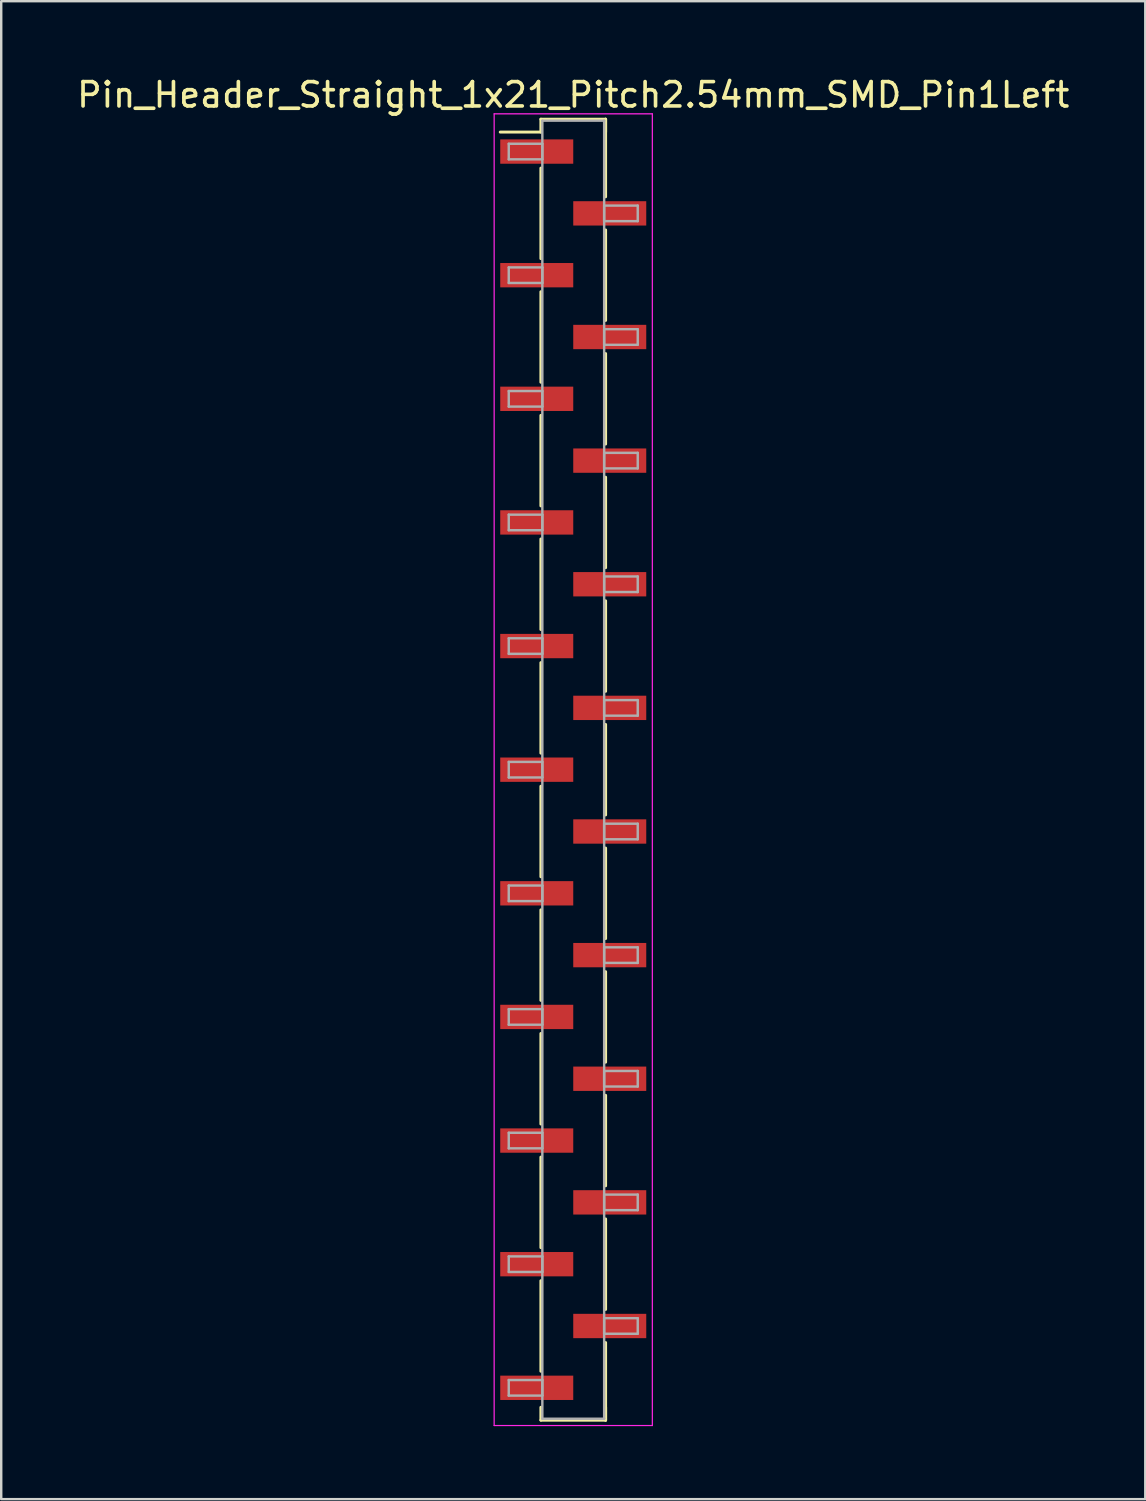
<source format=kicad_pcb>
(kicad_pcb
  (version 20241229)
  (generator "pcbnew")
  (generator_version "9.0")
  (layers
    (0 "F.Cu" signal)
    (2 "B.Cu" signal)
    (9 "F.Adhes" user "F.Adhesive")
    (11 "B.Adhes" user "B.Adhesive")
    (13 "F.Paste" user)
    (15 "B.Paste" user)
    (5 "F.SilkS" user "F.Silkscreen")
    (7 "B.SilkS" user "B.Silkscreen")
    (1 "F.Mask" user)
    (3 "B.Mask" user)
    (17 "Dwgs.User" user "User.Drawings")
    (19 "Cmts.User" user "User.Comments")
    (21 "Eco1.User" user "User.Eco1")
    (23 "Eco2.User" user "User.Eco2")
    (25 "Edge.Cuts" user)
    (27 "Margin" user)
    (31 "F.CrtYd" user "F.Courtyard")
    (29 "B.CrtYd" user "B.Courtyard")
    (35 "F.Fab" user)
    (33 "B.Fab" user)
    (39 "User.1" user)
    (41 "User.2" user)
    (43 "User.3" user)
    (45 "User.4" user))
  (footprint "Pin_Header_Straight_1x21_Pitch2.54mm_SMD_Pin1Left"
    (layer "F.Cu")
    (at 20.506 28.578)
    (property "Reference" "Pin_Header_Straight_1x21_Pitch2.54mm_SMD_Pin1Left" (at 0 -27.73 0) (layer "F.SilkS") (effects (font (size 1 1) (thickness 0.15))))
    (attr smd)
    (fp_line (start -1.33 -26.73) (end 1.33 -26.73) (stroke (width 0.12) (type solid)) (layer "F.SilkS"))
    (fp_line (start -1.33 -26.2) (end -3 -26.2) (stroke (width 0.12) (type solid)) (layer "F.SilkS"))
    (fp_line (start -1.33 -26.2) (end -1.33 -26.73) (stroke (width 0.12) (type solid)) (layer "F.SilkS"))
    (fp_line (start -1.33 -24.72) (end -1.33 -21) (stroke (width 0.12) (type solid)) (layer "F.SilkS"))
    (fp_line (start -1.33 -19.64) (end -1.33 -15.92) (stroke (width 0.12) (type solid)) (layer "F.SilkS"))
    (fp_line (start -1.33 -14.56) (end -1.33 -10.84) (stroke (width 0.12) (type solid)) (layer "F.SilkS"))
    (fp_line (start -1.33 -9.48) (end -1.33 -5.76) (stroke (width 0.12) (type solid)) (layer "F.SilkS"))
    (fp_line (start -1.33 -4.4) (end -1.33 -0.68) (stroke (width 0.12) (type solid)) (layer "F.SilkS"))
    (fp_line (start -1.33 0.68) (end -1.33 4.4) (stroke (width 0.12) (type solid)) (layer "F.SilkS"))
    (fp_line (start -1.33 5.76) (end -1.33 9.48) (stroke (width 0.12) (type solid)) (layer "F.SilkS"))
    (fp_line (start -1.33 10.84) (end -1.33 14.56) (stroke (width 0.12) (type solid)) (layer "F.SilkS"))
    (fp_line (start -1.33 15.92) (end -1.33 19.64) (stroke (width 0.12) (type solid)) (layer "F.SilkS"))
    (fp_line (start -1.33 21) (end -1.33 24.72) (stroke (width 0.12) (type solid)) (layer "F.SilkS"))
    (fp_line (start -1.33 26.2) (end -1.33 26.73) (stroke (width 0.12) (type solid)) (layer "F.SilkS"))
    (fp_line (start -1.33 26.73) (end 1.33 26.73) (stroke (width 0.12) (type solid)) (layer "F.SilkS"))
    (fp_line (start 1.33 -26.73) (end 1.33 -26.2) (stroke (width 0.12) (type solid)) (layer "F.SilkS"))
    (fp_line (start 1.33 -26.73) (end 1.33 -23.54) (stroke (width 0.12) (type solid)) (layer "F.SilkS"))
    (fp_line (start 1.33 -22.18) (end 1.33 -18.46) (stroke (width 0.12) (type solid)) (layer "F.SilkS"))
    (fp_line (start 1.33 -17.1) (end 1.33 -13.38) (stroke (width 0.12) (type solid)) (layer "F.SilkS"))
    (fp_line (start 1.33 -12.02) (end 1.33 -8.3) (stroke (width 0.12) (type solid)) (layer "F.SilkS"))
    (fp_line (start 1.33 -6.94) (end 1.33 -3.22) (stroke (width 0.12) (type solid)) (layer "F.SilkS"))
    (fp_line (start 1.33 -1.86) (end 1.33 1.86) (stroke (width 0.12) (type solid)) (layer "F.SilkS"))
    (fp_line (start 1.33 3.22) (end 1.33 6.94) (stroke (width 0.12) (type solid)) (layer "F.SilkS"))
    (fp_line (start 1.33 8.3) (end 1.33 12.02) (stroke (width 0.12) (type solid)) (layer "F.SilkS"))
    (fp_line (start 1.33 13.38) (end 1.33 17.1) (stroke (width 0.12) (type solid)) (layer "F.SilkS"))
    (fp_line (start 1.33 18.46) (end 1.33 22.18) (stroke (width 0.12) (type solid)) (layer "F.SilkS"))
    (fp_line (start 1.33 23.54) (end 1.33 26.73) (stroke (width 0.12) (type solid)) (layer "F.SilkS"))
    (fp_line (start 1.33 26.73) (end 1.33 26.2) (stroke (width 0.12) (type solid)) (layer "F.SilkS"))
    (fp_line (start -3.25 -26.95) (end -3.25 26.95) (stroke (width 0.05) (type solid)) (layer "F.CrtYd"))
    (fp_line (start -3.25 26.95) (end 3.25 26.95) (stroke (width 0.05) (type solid)) (layer "F.CrtYd"))
    (fp_line (start 3.25 -26.95) (end -3.25 -26.95) (stroke (width 0.05) (type solid)) (layer "F.CrtYd"))
    (fp_line (start 3.25 26.95) (end 3.25 -26.95) (stroke (width 0.05) (type solid)) (layer "F.CrtYd"))
    (fp_line (start -2.65 -25.72) (end -1.27 -25.72) (stroke (width 0.1) (type solid)) (layer "F.Fab"))
    (fp_line (start -2.65 -25.08) (end -2.65 -25.72) (stroke (width 0.1) (type solid)) (layer "F.Fab"))
    (fp_line (start -2.65 -20.64) (end -1.27 -20.64) (stroke (width 0.1) (type solid)) (layer "F.Fab"))
    (fp_line (start -2.65 -20) (end -2.65 -20.64) (stroke (width 0.1) (type solid)) (layer "F.Fab"))
    (fp_line (start -2.65 -15.56) (end -1.27 -15.56) (stroke (width 0.1) (type solid)) (layer "F.Fab"))
    (fp_line (start -2.65 -14.92) (end -2.65 -15.56) (stroke (width 0.1) (type solid)) (layer "F.Fab"))
    (fp_line (start -2.65 -10.48) (end -1.27 -10.48) (stroke (width 0.1) (type solid)) (layer "F.Fab"))
    (fp_line (start -2.65 -9.84) (end -2.65 -10.48) (stroke (width 0.1) (type solid)) (layer "F.Fab"))
    (fp_line (start -2.65 -5.4) (end -1.27 -5.4) (stroke (width 0.1) (type solid)) (layer "F.Fab"))
    (fp_line (start -2.65 -4.76) (end -2.65 -5.4) (stroke (width 0.1) (type solid)) (layer "F.Fab"))
    (fp_line (start -2.65 -0.32) (end -1.27 -0.32) (stroke (width 0.1) (type solid)) (layer "F.Fab"))
    (fp_line (start -2.65 0.32) (end -2.65 -0.32) (stroke (width 0.1) (type solid)) (layer "F.Fab"))
    (fp_line (start -2.65 4.76) (end -1.27 4.76) (stroke (width 0.1) (type solid)) (layer "F.Fab"))
    (fp_line (start -2.65 5.4) (end -2.65 4.76) (stroke (width 0.1) (type solid)) (layer "F.Fab"))
    (fp_line (start -2.65 9.84) (end -1.27 9.84) (stroke (width 0.1) (type solid)) (layer "F.Fab"))
    (fp_line (start -2.65 10.48) (end -2.65 9.84) (stroke (width 0.1) (type solid)) (layer "F.Fab"))
    (fp_line (start -2.65 14.92) (end -1.27 14.92) (stroke (width 0.1) (type solid)) (layer "F.Fab"))
    (fp_line (start -2.65 15.56) (end -2.65 14.92) (stroke (width 0.1) (type solid)) (layer "F.Fab"))
    (fp_line (start -2.65 20) (end -1.27 20) (stroke (width 0.1) (type solid)) (layer "F.Fab"))
    (fp_line (start -2.65 20.64) (end -2.65 20) (stroke (width 0.1) (type solid)) (layer "F.Fab"))
    (fp_line (start -2.65 25.08) (end -1.27 25.08) (stroke (width 0.1) (type solid)) (layer "F.Fab"))
    (fp_line (start -2.65 25.72) (end -2.65 25.08) (stroke (width 0.1) (type solid)) (layer "F.Fab"))
    (fp_line (start -1.27 -26.67) (end -1.27 26.67) (stroke (width 0.1) (type solid)) (layer "F.Fab"))
    (fp_line (start -1.27 -25.72) (end -1.27 -25.08) (stroke (width 0.1) (type solid)) (layer "F.Fab"))
    (fp_line (start -1.27 -25.08) (end -2.65 -25.08) (stroke (width 0.1) (type solid)) (layer "F.Fab"))
    (fp_line (start -1.27 -20.64) (end -1.27 -20) (stroke (width 0.1) (type solid)) (layer "F.Fab"))
    (fp_line (start -1.27 -20) (end -2.65 -20) (stroke (width 0.1) (type solid)) (layer "F.Fab"))
    (fp_line (start -1.27 -15.56) (end -1.27 -14.92) (stroke (width 0.1) (type solid)) (layer "F.Fab"))
    (fp_line (start -1.27 -14.92) (end -2.65 -14.92) (stroke (width 0.1) (type solid)) (layer "F.Fab"))
    (fp_line (start -1.27 -10.48) (end -1.27 -9.84) (stroke (width 0.1) (type solid)) (layer "F.Fab"))
    (fp_line (start -1.27 -9.84) (end -2.65 -9.84) (stroke (width 0.1) (type solid)) (layer "F.Fab"))
    (fp_line (start -1.27 -5.4) (end -1.27 -4.76) (stroke (width 0.1) (type solid)) (layer "F.Fab"))
    (fp_line (start -1.27 -4.76) (end -2.65 -4.76) (stroke (width 0.1) (type solid)) (layer "F.Fab"))
    (fp_line (start -1.27 -0.32) (end -1.27 0.32) (stroke (width 0.1) (type solid)) (layer "F.Fab"))
    (fp_line (start -1.27 0.32) (end -2.65 0.32) (stroke (width 0.1) (type solid)) (layer "F.Fab"))
    (fp_line (start -1.27 4.76) (end -1.27 5.4) (stroke (width 0.1) (type solid)) (layer "F.Fab"))
    (fp_line (start -1.27 5.4) (end -2.65 5.4) (stroke (width 0.1) (type solid)) (layer "F.Fab"))
    (fp_line (start -1.27 9.84) (end -1.27 10.48) (stroke (width 0.1) (type solid)) (layer "F.Fab"))
    (fp_line (start -1.27 10.48) (end -2.65 10.48) (stroke (width 0.1) (type solid)) (layer "F.Fab"))
    (fp_line (start -1.27 14.92) (end -1.27 15.56) (stroke (width 0.1) (type solid)) (layer "F.Fab"))
    (fp_line (start -1.27 15.56) (end -2.65 15.56) (stroke (width 0.1) (type solid)) (layer "F.Fab"))
    (fp_line (start -1.27 20) (end -1.27 20.64) (stroke (width 0.1) (type solid)) (layer "F.Fab"))
    (fp_line (start -1.27 20.64) (end -2.65 20.64) (stroke (width 0.1) (type solid)) (layer "F.Fab"))
    (fp_line (start -1.27 25.08) (end -1.27 25.72) (stroke (width 0.1) (type solid)) (layer "F.Fab"))
    (fp_line (start -1.27 25.72) (end -2.65 25.72) (stroke (width 0.1) (type solid)) (layer "F.Fab"))
    (fp_line (start -1.27 26.67) (end 1.27 26.67) (stroke (width 0.1) (type solid)) (layer "F.Fab"))
    (fp_line (start 1.27 -26.67) (end -1.27 -26.67) (stroke (width 0.1) (type solid)) (layer "F.Fab"))
    (fp_line (start 1.27 -23.18) (end 1.27 -22.54) (stroke (width 0.1) (type solid)) (layer "F.Fab"))
    (fp_line (start 1.27 -22.54) (end 2.65 -22.54) (stroke (width 0.1) (type solid)) (layer "F.Fab"))
    (fp_line (start 1.27 -18.1) (end 1.27 -17.46) (stroke (width 0.1) (type solid)) (layer "F.Fab"))
    (fp_line (start 1.27 -17.46) (end 2.65 -17.46) (stroke (width 0.1) (type solid)) (layer "F.Fab"))
    (fp_line (start 1.27 -13.02) (end 1.27 -12.38) (stroke (width 0.1) (type solid)) (layer "F.Fab"))
    (fp_line (start 1.27 -12.38) (end 2.65 -12.38) (stroke (width 0.1) (type solid)) (layer "F.Fab"))
    (fp_line (start 1.27 -7.94) (end 1.27 -7.3) (stroke (width 0.1) (type solid)) (layer "F.Fab"))
    (fp_line (start 1.27 -7.3) (end 2.65 -7.3) (stroke (width 0.1) (type solid)) (layer "F.Fab"))
    (fp_line (start 1.27 -2.86) (end 1.27 -2.22) (stroke (width 0.1) (type solid)) (layer "F.Fab"))
    (fp_line (start 1.27 -2.22) (end 2.65 -2.22) (stroke (width 0.1) (type solid)) (layer "F.Fab"))
    (fp_line (start 1.27 2.22) (end 1.27 2.86) (stroke (width 0.1) (type solid)) (layer "F.Fab"))
    (fp_line (start 1.27 2.86) (end 2.65 2.86) (stroke (width 0.1) (type solid)) (layer "F.Fab"))
    (fp_line (start 1.27 7.3) (end 1.27 7.94) (stroke (width 0.1) (type solid)) (layer "F.Fab"))
    (fp_line (start 1.27 7.94) (end 2.65 7.94) (stroke (width 0.1) (type solid)) (layer "F.Fab"))
    (fp_line (start 1.27 12.38) (end 1.27 13.02) (stroke (width 0.1) (type solid)) (layer "F.Fab"))
    (fp_line (start 1.27 13.02) (end 2.65 13.02) (stroke (width 0.1) (type solid)) (layer "F.Fab"))
    (fp_line (start 1.27 17.46) (end 1.27 18.1) (stroke (width 0.1) (type solid)) (layer "F.Fab"))
    (fp_line (start 1.27 18.1) (end 2.65 18.1) (stroke (width 0.1) (type solid)) (layer "F.Fab"))
    (fp_line (start 1.27 22.54) (end 1.27 23.18) (stroke (width 0.1) (type solid)) (layer "F.Fab"))
    (fp_line (start 1.27 23.18) (end 2.65 23.18) (stroke (width 0.1) (type solid)) (layer "F.Fab"))
    (fp_line (start 1.27 26.67) (end 1.27 -26.67) (stroke (width 0.1) (type solid)) (layer "F.Fab"))
    (fp_line (start 2.65 -23.18) (end 1.27 -23.18) (stroke (width 0.1) (type solid)) (layer "F.Fab"))
    (fp_line (start 2.65 -22.54) (end 2.65 -23.18) (stroke (width 0.1) (type solid)) (layer "F.Fab"))
    (fp_line (start 2.65 -18.1) (end 1.27 -18.1) (stroke (width 0.1) (type solid)) (layer "F.Fab"))
    (fp_line (start 2.65 -17.46) (end 2.65 -18.1) (stroke (width 0.1) (type solid)) (layer "F.Fab"))
    (fp_line (start 2.65 -13.02) (end 1.27 -13.02) (stroke (width 0.1) (type solid)) (layer "F.Fab"))
    (fp_line (start 2.65 -12.38) (end 2.65 -13.02) (stroke (width 0.1) (type solid)) (layer "F.Fab"))
    (fp_line (start 2.65 -7.94) (end 1.27 -7.94) (stroke (width 0.1) (type solid)) (layer "F.Fab"))
    (fp_line (start 2.65 -7.3) (end 2.65 -7.94) (stroke (width 0.1) (type solid)) (layer "F.Fab"))
    (fp_line (start 2.65 -2.86) (end 1.27 -2.86) (stroke (width 0.1) (type solid)) (layer "F.Fab"))
    (fp_line (start 2.65 -2.22) (end 2.65 -2.86) (stroke (width 0.1) (type solid)) (layer "F.Fab"))
    (fp_line (start 2.65 2.22) (end 1.27 2.22) (stroke (width 0.1) (type solid)) (layer "F.Fab"))
    (fp_line (start 2.65 2.86) (end 2.65 2.22) (stroke (width 0.1) (type solid)) (layer "F.Fab"))
    (fp_line (start 2.65 7.3) (end 1.27 7.3) (stroke (width 0.1) (type solid)) (layer "F.Fab"))
    (fp_line (start 2.65 7.94) (end 2.65 7.3) (stroke (width 0.1) (type solid)) (layer "F.Fab"))
    (fp_line (start 2.65 12.38) (end 1.27 12.38) (stroke (width 0.1) (type solid)) (layer "F.Fab"))
    (fp_line (start 2.65 13.02) (end 2.65 12.38) (stroke (width 0.1) (type solid)) (layer "F.Fab"))
    (fp_line (start 2.65 17.46) (end 1.27 17.46) (stroke (width 0.1) (type solid)) (layer "F.Fab"))
    (fp_line (start 2.65 18.1) (end 2.65 17.46) (stroke (width 0.1) (type solid)) (layer "F.Fab"))
    (fp_line (start 2.65 22.54) (end 1.27 22.54) (stroke (width 0.1) (type solid)) (layer "F.Fab"))
    (fp_line (start 2.65 23.18) (end 2.65 22.54) (stroke (width 0.1) (type solid)) (layer "F.Fab"))
    (pad "1" smd rect (at -1.5 -25.4) (size 3 1) (layers "F.Cu" "F.Mask"))
    (pad "2" smd rect (at 1.5 -22.86) (size 3 1) (layers "F.Cu" "F.Mask"))
    (pad "3" smd rect (at -1.5 -20.32) (size 3 1) (layers "F.Cu" "F.Mask"))
    (pad "4" smd rect (at 1.5 -17.78) (size 3 1) (layers "F.Cu" "F.Mask"))
    (pad "5" smd rect (at -1.5 -15.24) (size 3 1) (layers "F.Cu" "F.Mask"))
    (pad "6" smd rect (at 1.5 -12.7) (size 3 1) (layers "F.Cu" "F.Mask"))
    (pad "7" smd rect (at -1.5 -10.16) (size 3 1) (layers "F.Cu" "F.Mask"))
    (pad "8" smd rect (at 1.5 -7.62) (size 3 1) (layers "F.Cu" "F.Mask"))
    (pad "9" smd rect (at -1.5 -5.08) (size 3 1) (layers "F.Cu" "F.Mask"))
    (pad "10" smd rect (at 1.5 -2.54) (size 3 1) (layers "F.Cu" "F.Mask"))
    (pad "11" smd rect (at -1.5 0) (size 3 1) (layers "F.Cu" "F.Mask"))
    (pad "12" smd rect (at 1.5 2.54) (size 3 1) (layers "F.Cu" "F.Mask"))
    (pad "13" smd rect (at -1.5 5.08) (size 3 1) (layers "F.Cu" "F.Mask"))
    (pad "14" smd rect (at 1.5 7.62) (size 3 1) (layers "F.Cu" "F.Mask"))
    (pad "15" smd rect (at -1.5 10.16) (size 3 1) (layers "F.Cu" "F.Mask"))
    (pad "16" smd rect (at 1.5 12.7) (size 3 1) (layers "F.Cu" "F.Mask"))
    (pad "17" smd rect (at -1.5 15.24) (size 3 1) (layers "F.Cu" "F.Mask"))
    (pad "18" smd rect (at 1.5 17.78) (size 3 1) (layers "F.Cu" "F.Mask"))
    (pad "19" smd rect (at -1.5 20.32) (size 3 1) (layers "F.Cu" "F.Mask"))
    (pad "20" smd rect (at 1.5 22.86) (size 3 1) (layers "F.Cu" "F.Mask"))
    (pad "21" smd rect (at -1.5 25.4) (size 3 1) (layers "F.Cu" "F.Mask")))
  (gr_rect
    (start -3 -3)
    (end 44.012 58.553)
    (stroke (width 0.1) (type default))
    (fill no)
    (layer "Edge.Cuts")))
</source>
